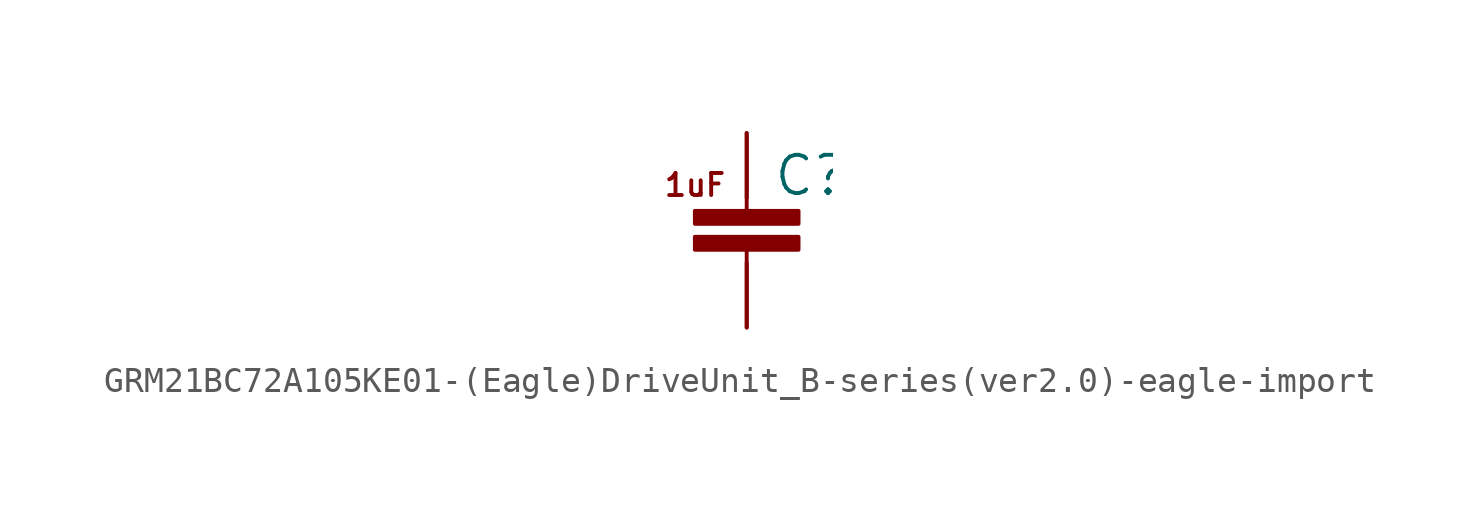
<source format=kicad_sym>
(kicad_symbol_lib
  (version 20220914)
  (generator kicad_symbol_editor)
  (symbol "GRM21BC72A105KE01-(Eagle)DriveUnit_B-series(ver2.0)-eagle-import"
    (pin_names
      (offset 1.016))
    (property "Reference" "C"
      (at 1.016 0 0)
      (effects (font (size 1.499 1.499)) (justify left bottom)))
    (property "ki_locked" ""
      (at 0 0 0)
      (effects (font (size 1.27 1.27))))
    (symbol "GRM21BC72A105KE01-(Eagle)DriveUnit_B-series(ver2.0)-eagle-import_1_0"
      (rectangle (start -2.032 -2.032) (end 2.032 -1.524) (stroke (width 0) (type solid)) (fill (type outline)))
      (rectangle (start -2.032 -1.016) (end 2.032 -0.508) (stroke (width 0) (type solid)) (fill (type outline)))
      (polyline (pts (xy 0 -5.08) (xy 0 -2.032)) (stroke (width 0) (type solid)) (fill (type none)))
      (polyline (pts (xy 0 -0.508) (xy 0 2.54)) (stroke (width 0) (type solid)) (fill (type none)))
      (text "1uF" (at -3.302 0 0) (effects (font (size 0.864 0.864)) (justify left bottom)))
      (pin bidirectional line (at 0 2.54 270) (length 2.54) (name "P$1" (effects (font (size 0 0)))) (number "P$1" (effects (font (size 0 0)))))
      (pin bidirectional line (at 0 -5.08 90) (length 2.54) (name "P$2" (effects (font (size 0 0)))) (number "P$2" (effects (font (size 0 0))))))))
</source>
